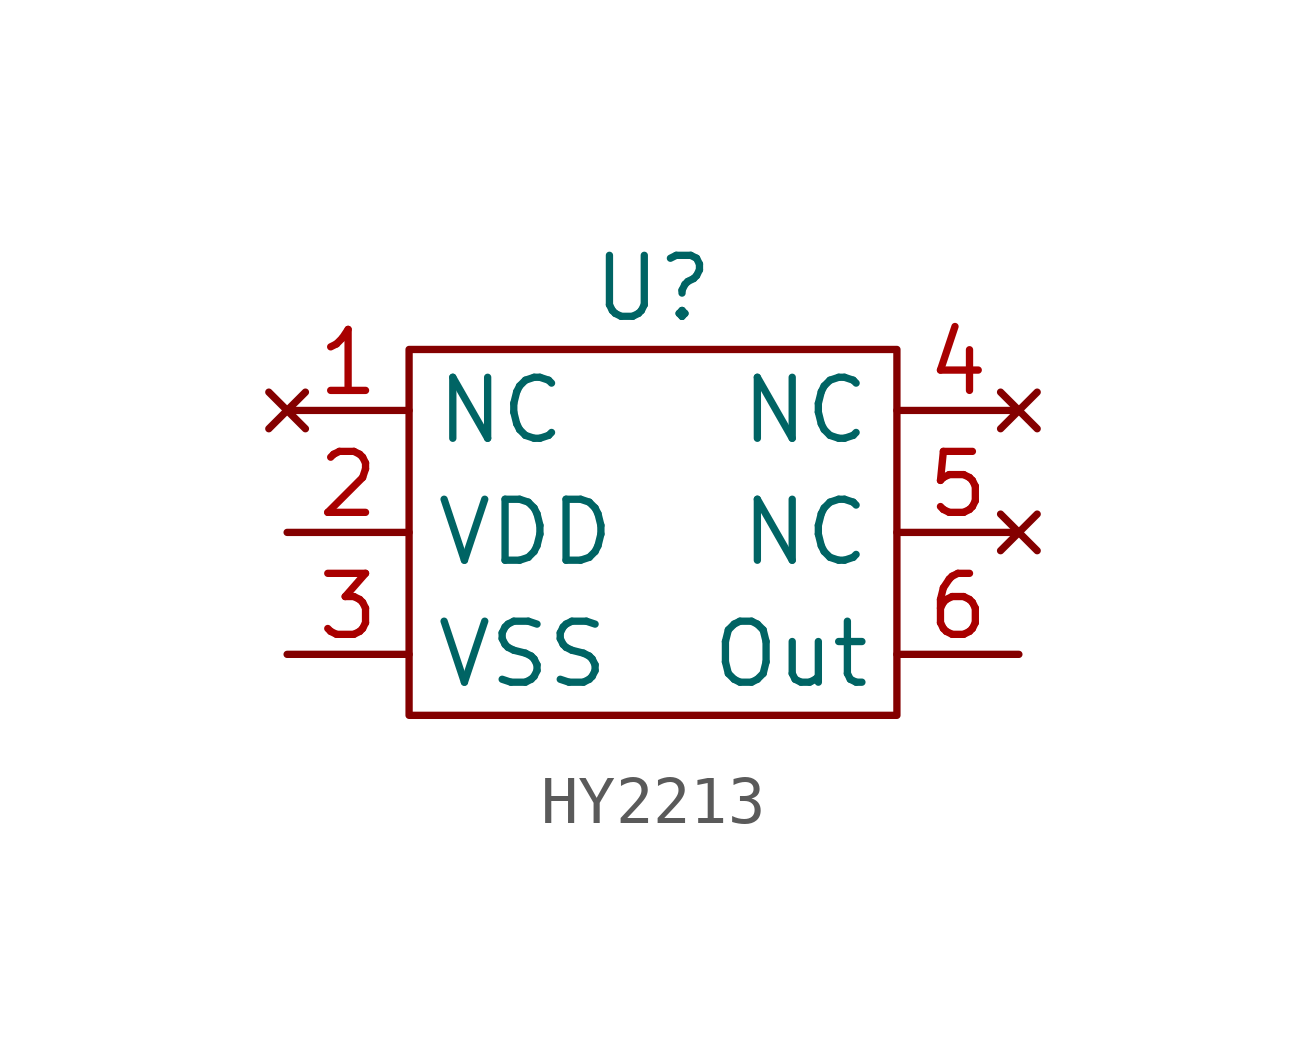
<source format=kicad_sym>
(kicad_symbol_lib
  (version 20220914)
  (generator kicad_symbol_editor)
  (symbol "HY2213"
    (property "Reference" "U"
      (at 0 2.54 0)
      (effects (font (size 1.27 1.27))))
    (property "Value" ""
      (at 2.54 0 0)
      (effects (font (size 1.27 1.27))))
    (symbol "HY2213_0_1"
      (rectangle (start -5.08 1.27) (end 5.08 -6.35) (stroke (width 0) (type default)) (fill (type none))))
    (symbol "HY2213_1_1"
      (pin no_connect line (at -7.62 0 0) (length 2.54) (name "NC" (effects (font (size 1.27 1.27)))) (number "1" (effects (font (size 1.27 1.27)))))
      (pin input line (at -7.62 -2.54 0) (length 2.54) (name "VDD" (effects (font (size 1.27 1.27)))) (number "2" (effects (font (size 1.27 1.27)))))
      (pin output line (at -7.62 -5.08 0) (length 2.54) (name "VSS" (effects (font (size 1.27 1.27)))) (number "3" (effects (font (size 1.27 1.27)))))
      (pin no_connect line (at 7.62 0 180) (length 2.54) (name "NC" (effects (font (size 1.27 1.27)))) (number "4" (effects (font (size 1.27 1.27)))))
      (pin no_connect line (at 7.62 -2.54 180) (length 2.54) (name "NC" (effects (font (size 1.27 1.27)))) (number "5" (effects (font (size 1.27 1.27)))))
      (pin output line (at 7.62 -5.08 180) (length 2.54) (name "Out" (effects (font (size 1.27 1.27)))) (number "6" (effects (font (size 1.27 1.27))))))))
</source>
